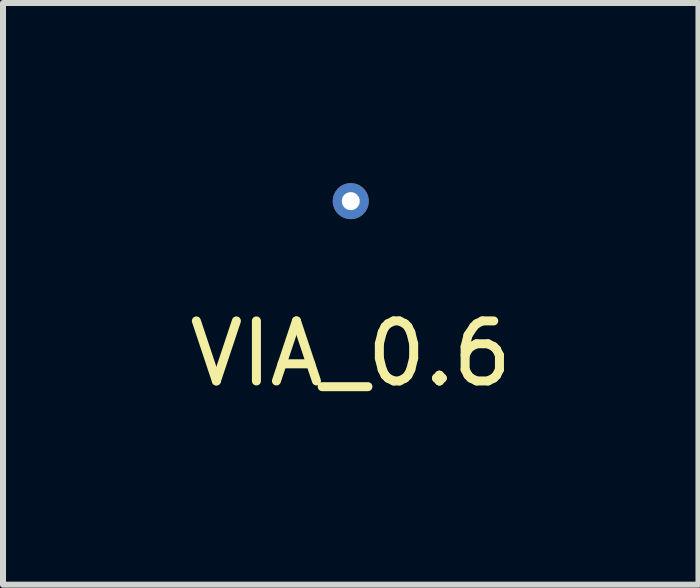
<source format=kicad_pcb>
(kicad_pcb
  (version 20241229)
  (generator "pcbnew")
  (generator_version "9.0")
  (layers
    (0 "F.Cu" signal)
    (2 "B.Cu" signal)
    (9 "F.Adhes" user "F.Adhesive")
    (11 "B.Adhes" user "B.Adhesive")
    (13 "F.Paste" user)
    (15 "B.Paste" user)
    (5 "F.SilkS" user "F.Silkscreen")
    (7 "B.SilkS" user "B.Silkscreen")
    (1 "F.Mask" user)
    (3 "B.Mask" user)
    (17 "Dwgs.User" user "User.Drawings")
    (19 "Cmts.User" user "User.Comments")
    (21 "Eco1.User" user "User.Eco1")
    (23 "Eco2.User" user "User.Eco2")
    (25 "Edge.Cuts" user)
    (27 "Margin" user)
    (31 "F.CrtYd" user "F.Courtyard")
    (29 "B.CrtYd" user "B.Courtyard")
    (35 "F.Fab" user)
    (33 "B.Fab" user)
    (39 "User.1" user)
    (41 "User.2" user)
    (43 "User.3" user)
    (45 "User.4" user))
  (footprint "VIA_0.6"
    (layer "F.Cu")
    (at 2.792 0.3)
    (property "Reference" "VIA_0.6" (at 0 2.54 0) (layer "F.SilkS") (effects (font (size 1 1) (thickness 0.15))))
    (attr through_hole)
    (pad "1" thru_hole circle (at 0 0) (size 0.6 0.6) (drill 0.3) (layers "*.Cu")))
  (gr_rect
    (start -3 -3)
    (end 8.583 6.688)
    (stroke (width 0.1) (type default))
    (fill no)
    (layer "Edge.Cuts")))
</source>
